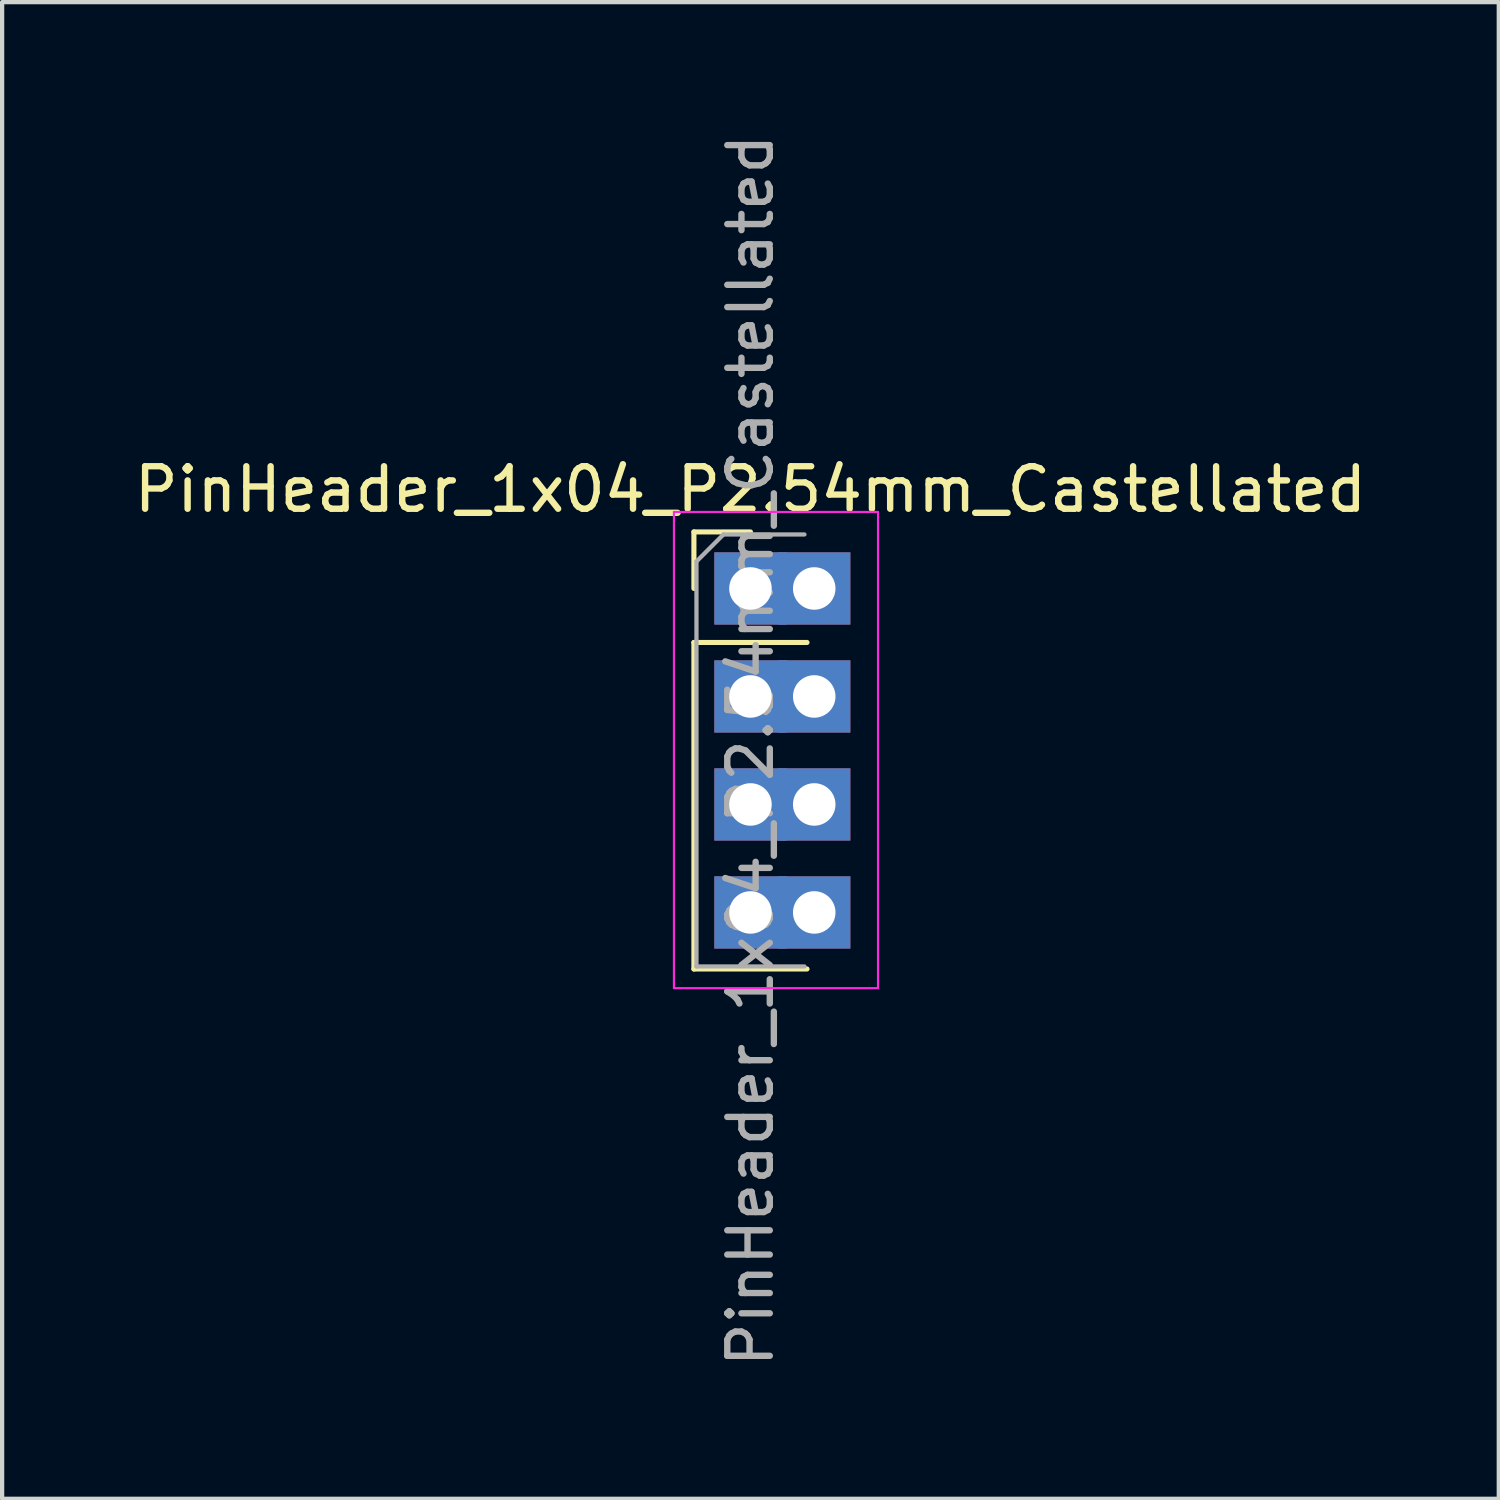
<source format=kicad_pcb>
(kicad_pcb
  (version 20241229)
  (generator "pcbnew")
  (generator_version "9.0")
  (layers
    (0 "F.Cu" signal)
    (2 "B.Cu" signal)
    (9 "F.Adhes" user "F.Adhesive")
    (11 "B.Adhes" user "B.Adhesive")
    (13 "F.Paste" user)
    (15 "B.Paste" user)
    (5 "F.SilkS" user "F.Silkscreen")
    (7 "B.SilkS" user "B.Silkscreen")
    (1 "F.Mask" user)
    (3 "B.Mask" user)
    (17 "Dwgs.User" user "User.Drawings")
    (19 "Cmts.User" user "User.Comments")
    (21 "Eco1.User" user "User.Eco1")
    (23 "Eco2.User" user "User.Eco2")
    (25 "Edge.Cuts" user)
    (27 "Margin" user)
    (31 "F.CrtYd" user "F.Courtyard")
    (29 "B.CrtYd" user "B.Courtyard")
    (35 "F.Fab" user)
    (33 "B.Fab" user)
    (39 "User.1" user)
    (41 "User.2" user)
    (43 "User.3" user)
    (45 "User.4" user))
  (footprint "PinHeader_1x04_P2.54mm_Castellated"
    (layer "F.Cu")
    (at 14.601 10.791)
    (property "Reference" "PinHeader_1x04_P2.54mm_Castellated" (at 0 -2.33 0) (layer "F.SilkS") (effects (font (size 1 1) (thickness 0.15))))
    (attr through_hole)
    (fp_line (start -1.33 -1.33) (end 0 -1.33) (stroke (width 0.12) (type solid)) (layer "F.SilkS"))
    (fp_line (start -1.33 0) (end -1.33 -1.33) (stroke (width 0.12) (type solid)) (layer "F.SilkS"))
    (fp_line (start -1.33 1.27) (end -1.33 8.95) (stroke (width 0.12) (type solid)) (layer "F.SilkS"))
    (fp_line (start -1.33 1.27) (end 1.33 1.27) (stroke (width 0.12) (type solid)) (layer "F.SilkS"))
    (fp_line (start -1.33 8.95) (end 1.33 8.95) (stroke (width 0.12) (type solid)) (layer "F.SilkS"))
    (fp_line (start -1.8 -1.8) (end -1.8 9.4) (stroke (width 0.05) (type solid)) (layer "F.CrtYd"))
    (fp_line (start -1.8 9.4) (end 3 9.4) (stroke (width 0.05) (type solid)) (layer "F.CrtYd"))
    (fp_line (start 3 -1.8) (end -1.8 -1.8) (stroke (width 0.05) (type solid)) (layer "F.CrtYd"))
    (fp_line (start 3 9.4) (end 3 -1.8) (stroke (width 0.05) (type solid)) (layer "F.CrtYd"))
    (fp_line (start -1.27 -0.635) (end -0.635 -1.27) (stroke (width 0.1) (type solid)) (layer "F.Fab"))
    (fp_line (start -1.27 8.89) (end -1.27 -0.635) (stroke (width 0.1) (type solid)) (layer "F.Fab"))
    (fp_line (start -0.635 -1.27) (end 1.27 -1.27) (stroke (width 0.1) (type solid)) (layer "F.Fab"))
    (fp_line (start 1.27 8.89) (end -1.27 8.89) (stroke (width 0.1) (type solid)) (layer "F.Fab"))
    (fp_text user "${REFERENCE}" (at 0 3.81 90) (layer "F.Fab") (effects (font (size 1 1) (thickness 0.15))))
    (pad "1" thru_hole rect (at 0 0) (size 1.7 1.7) (drill 1) (layers "*.Cu" "*.Mask"))
    (pad "1" thru_hole rect (at 1.5 0) (size 1.7 1.7) (drill 1) (layers "*.Cu" "*.Mask"))
    (pad "2" thru_hole rect (at 0 2.54) (size 1.7 1.7) (drill 1) (layers "*.Cu" "*.Mask"))
    (pad "2" thru_hole rect (at 1.5 2.54) (size 1.7 1.7) (drill 1) (layers "*.Cu" "*.Mask"))
    (pad "3" thru_hole rect (at 0 5.08) (size 1.7 1.7) (drill 1) (layers "*.Cu" "*.Mask"))
    (pad "3" thru_hole rect (at 1.5 5.08) (size 1.7 1.7) (drill 1) (layers "*.Cu" "*.Mask"))
    (pad "4" thru_hole rect (at 0 7.62) (size 1.7 1.7) (drill 1) (layers "*.Cu" "*.Mask"))
    (pad "4" thru_hole rect (at 1.5 7.62) (size 1.7 1.7) (drill 1) (layers "*.Cu" "*.Mask")))
  (gr_rect
    (start -3 -3)
    (end 32.202 32.202)
    (stroke (width 0.1) (type default))
    (fill no)
    (layer "Edge.Cuts")))
</source>
